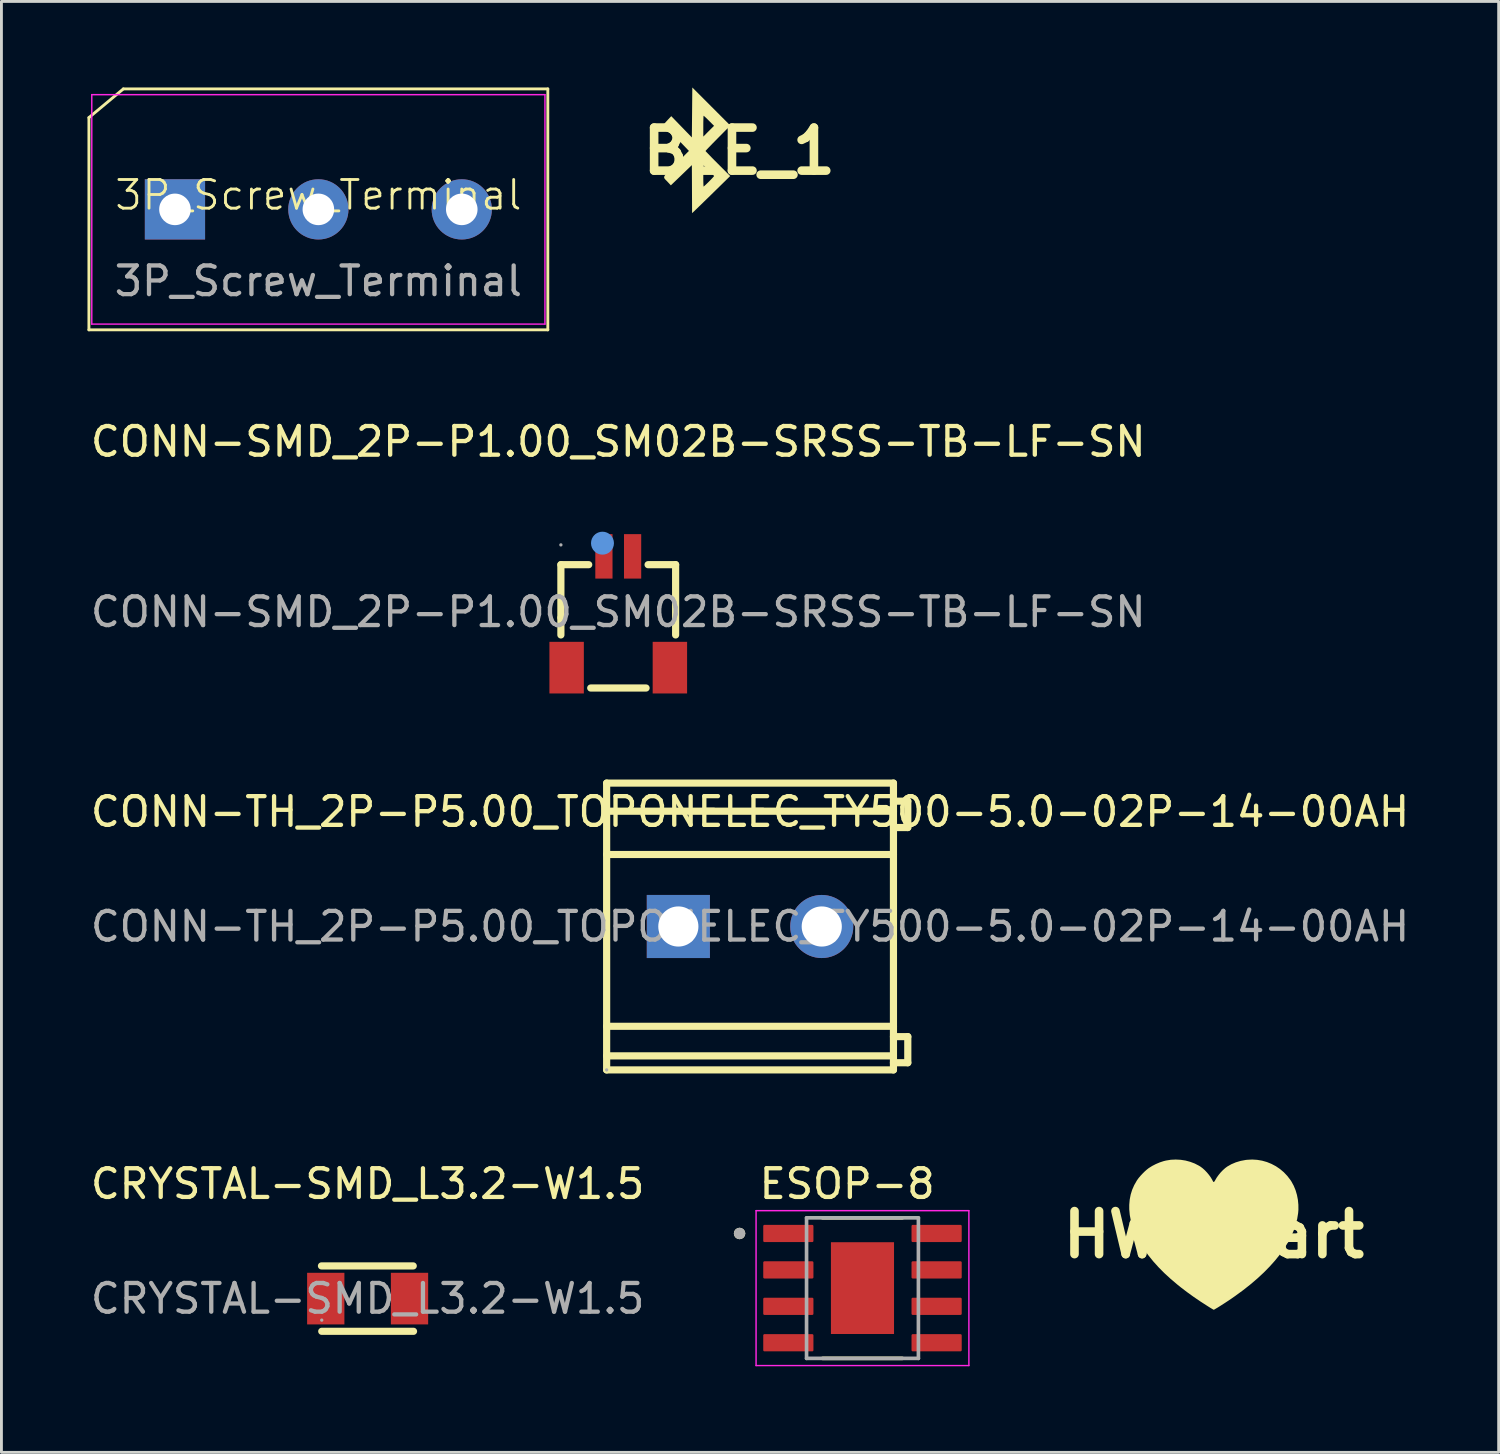
<source format=kicad_pcb>
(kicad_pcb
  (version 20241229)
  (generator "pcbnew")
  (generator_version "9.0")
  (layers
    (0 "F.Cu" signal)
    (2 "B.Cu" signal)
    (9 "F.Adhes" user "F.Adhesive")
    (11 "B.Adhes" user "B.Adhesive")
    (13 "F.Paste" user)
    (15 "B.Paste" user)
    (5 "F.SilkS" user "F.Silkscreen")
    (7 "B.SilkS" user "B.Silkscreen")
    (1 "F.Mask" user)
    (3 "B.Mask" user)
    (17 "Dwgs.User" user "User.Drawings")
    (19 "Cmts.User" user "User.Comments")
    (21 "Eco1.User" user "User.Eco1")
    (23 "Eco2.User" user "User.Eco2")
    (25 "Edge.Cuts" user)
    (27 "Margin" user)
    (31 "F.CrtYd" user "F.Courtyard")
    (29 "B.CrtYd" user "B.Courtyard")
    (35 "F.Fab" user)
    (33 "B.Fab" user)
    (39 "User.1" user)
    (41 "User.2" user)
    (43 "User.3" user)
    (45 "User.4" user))
  (footprint "CONN-SMD_2P-P1.00_SM02B-SRSS-TB-LF-SN"
    (layer "F.Cu")
    (at 18.506 18.288)
    (property "Reference" "CONN-SMD_2P-P1.00_SM02B-SRSS-TB-LF-SN" (at 0 -5.94 0) (layer "F.SilkS") (effects (font (size 1 1) (thickness 0.15))))
    (attr smd)
    (fp_line (start -2 -1.65) (end -1.03 -1.65) (stroke (width 0.25) (type solid)) (layer "F.SilkS"))
    (fp_line (start -2 0.2) (end -2 -1.65) (stroke (width 0.25) (type solid)) (layer "F.SilkS"))
    (fp_line (start -2 0.2) (end -2 0.8) (stroke (width 0.25) (type solid)) (layer "F.SilkS"))
    (fp_line (start -0.96 2.65) (end 0.97 2.65) (stroke (width 0.25) (type solid)) (layer "F.SilkS"))
    (fp_line (start 1.04 -1.65) (end 2 -1.65) (stroke (width 0.25) (type solid)) (layer "F.SilkS"))
    (fp_line (start 2 -1.65) (end 2 0.8) (stroke (width 0.25) (type solid)) (layer "F.SilkS"))
    (fp_circle (center -0.55 -2.4) (end -0.35 -2.4) (stroke (width 0.4) (type solid)) (fill no) (layer "Cmts.User"))
    (fp_circle (center -2 -2.34) (end -1.97 -2.34) (stroke (width 0.06) (type solid)) (fill no) (layer "F.Fab"))
    (fp_text user "${REFERENCE}" (at 0 0 0) (layer "F.Fab") (effects (font (size 1 1) (thickness 0.15))))
    (pad "1" smd rect (at -0.5 -1.94) (size 0.6 1.55) (layers "F.Cu" "F.Mask" "F.Paste"))
    (pad "2" smd rect (at 0.5 -1.94) (size 0.6 1.55) (layers "F.Cu" "F.Mask" "F.Paste"))
    (pad "3" smd rect (at 1.8 1.94) (size 1.2 1.8) (layers "F.Cu" "F.Mask" "F.Paste"))
    (pad "4" smd rect (at -1.8 1.94) (size 1.2 1.8) (layers "F.Cu" "F.Mask" "F.Paste")))
  (footprint "CRYSTAL-SMD_L3.2-W1.5"
    (layer "F.Cu")
    (at 9.768 42.227)
    (property "Reference" "CRYSTAL-SMD_L3.2-W1.5" (at 0 -4 0) (layer "F.SilkS") (effects (font (size 1 1) (thickness 0.15))))
    (attr smd)
    (fp_line (start -1.6 1.14) (end 1.6 1.14) (stroke (width 0.25) (type solid)) (layer "F.SilkS"))
    (fp_line (start 1.59 -1.14) (end -1.61 -1.14) (stroke (width 0.25) (type solid)) (layer "F.SilkS"))
    (fp_circle (center -1.6 0.75) (end -1.57 0.75) (stroke (width 0.06) (type solid)) (fill no) (layer "F.Fab"))
    (fp_text user "${REFERENCE}" (at 0 0 0) (layer "F.Fab") (effects (font (size 1 1) (thickness 0.15))))
    (pad "1" smd rect (at -1.46 0) (size 1.3 1.8) (layers "F.Cu" "F.Mask" "F.Paste"))
    (pad "2" smd rect (at 1.46 0) (size 1.3 1.8) (layers "F.Cu" "F.Mask" "F.Paste")))
  (footprint "BLE_1"
    (layer "F.Cu")
    (at 22.721 2.22)
    (property "Reference" "BLE_1" (at 0 0 0) (layer "F.SilkS") (effects (font (size 1.5 1.5) (thickness 0.3))))
    (attr board_only exclude_from_pos_files exclude_from_bom)
    (fp_poly (pts (xy -0.97 -1.556) (xy -0.307 -0.893) (xy -0.74 -0.456) (xy -0.835 -0.359) (xy -0.923 -0.27) (xy -1.001 -0.189) (xy -1.068 -0.12) (xy -1.12 -0.065) (xy -1.155 -0.027) (xy -1.171 -0.007) (xy -1.172 -0.006) (xy -1.162 0.008) (xy -1.131 0.041) (xy -1.083 0.091) (xy -1.02 0.156) (xy -0.945 0.234) (xy -0.859 0.321) (xy -0.765 0.415) (xy -0.742 0.438) (xy -0.312 0.868) (xy -0.887 1.431) (xy -1.001 1.543) (xy -1.112 1.651) (xy -1.216 1.752) (xy -1.311 1.845) (xy -1.394 1.925) (xy -1.462 1.992) (xy -1.515 2.042) (xy -1.547 2.074) (xy -1.551 2.077) (xy -1.641 2.161) (xy -1.645 1.324) (xy -1.647 0.868) (xy -1.25 0.868) (xy -1.25 0.971) (xy -1.249 1.063) (xy -1.247 1.14) (xy -1.244 1.196) (xy -1.241 1.229) (xy -1.239 1.235) (xy -1.225 1.224) (xy -1.192 1.195) (xy -1.146 1.152) (xy -1.089 1.097) (xy -1.051 1.059) (xy -0.992 0.999) (xy -0.94 0.945) (xy -0.902 0.903) (xy -0.879 0.875) (xy -0.875 0.868) (xy -0.886 0.852) (xy -0.914 0.82) (xy -0.956 0.774) (xy -1.007 0.722) (xy -1.062 0.666) (xy -1.116 0.611) (xy -1.166 0.563) (xy -1.206 0.526) (xy -1.232 0.504) (xy -1.238 0.5) (xy -1.242 0.515) (xy -1.245 0.557) (xy -1.247 0.621) (xy -1.249 0.704) (xy -1.25 0.801) (xy -1.25 0.868) (xy -1.647 0.868) (xy -1.649 0.487) (xy -2.015 0.84) (xy -2.381 1.192) (xy -2.488 1.077) (xy -2.53 1.033) (xy -2.566 0.998) (xy -2.592 0.968) (xy -2.61 0.941) (xy -2.616 0.914) (xy -2.611 0.884) (xy -2.592 0.849) (xy -2.559 0.806) (xy -2.511 0.752) (xy -2.445 0.685) (xy -2.361 0.602) (xy -2.258 0.499) (xy -2.199 0.44) (xy -1.751 -0.008) (xy -2.189 -0.465) (xy -2.284 -0.564) (xy -2.371 -0.657) (xy -2.45 -0.74) (xy -2.517 -0.812) (xy -2.569 -0.869) (xy -2.606 -0.91) (xy -2.624 -0.931) (xy -2.625 -0.934) (xy -2.615 -0.949) (xy -2.587 -0.982) (xy -2.546 -1.028) (xy -2.496 -1.082) (xy -2.496 -1.083) (xy -2.367 -1.22) (xy -2.008 -0.849) (xy -1.649 -0.479) (xy -1.649 -0.508) (xy -1.25 -0.508) (xy -1.063 -0.696) (xy -0.875 -0.883) (xy -1.051 -1.059) (xy -1.111 -1.119) (xy -1.164 -1.17) (xy -1.206 -1.208) (xy -1.232 -1.231) (xy -1.238 -1.235) (xy -1.242 -1.22) (xy -1.245 -1.178) (xy -1.247 -1.114) (xy -1.249 -1.031) (xy -1.25 -0.935) (xy -1.25 -0.872) (xy -1.25 -0.508) (xy -1.649 -0.508) (xy -1.641 -1.349) (xy -1.633 -2.22)) (stroke (width 0) (type solid)) (fill yes) (layer "F.SilkS")))
  (footprint "ESOP-8"
    (layer "F.Cu")
    (at 27.021 41.861)
    (property "Reference" "ESOP-8" (at -0.535 -3.635 0) (layer "F.SilkS") (effects (font (size 1 1) (thickness 0.15))))
    (attr smd)
    (fp_line (start -1.39 -2.45) (end 1.39 -2.45) (stroke (width 0.127) (type solid)) (layer "F.SilkS"))
    (fp_line (start -1.39 2.45) (end 1.39 2.45) (stroke (width 0.127) (type solid)) (layer "F.SilkS"))
    (fp_circle (center -4.285 -1.905) (end -4.185 -1.905) (stroke (width 0.2) (type solid)) (fill no) (layer "F.SilkS"))
    (fp_poly (pts (xy -0.73 -1.15) (xy 0.73 -1.15) (xy 0.73 1.15) (xy -0.73 1.15)) (stroke (width 0.01) (type solid)) (fill yes) (layer "F.Paste"))
    (fp_line (start -3.71 -2.7) (end -3.71 2.7) (stroke (width 0.05) (type solid)) (layer "F.CrtYd"))
    (fp_line (start -3.71 2.7) (end 3.71 2.7) (stroke (width 0.05) (type solid)) (layer "F.CrtYd"))
    (fp_line (start 3.71 -2.7) (end -3.71 -2.7) (stroke (width 0.05) (type solid)) (layer "F.CrtYd"))
    (fp_line (start 3.71 2.7) (end 3.71 -2.7) (stroke (width 0.05) (type solid)) (layer "F.CrtYd"))
    (fp_line (start -1.95 -2.45) (end 1.95 -2.45) (stroke (width 0.127) (type solid)) (layer "F.Fab"))
    (fp_line (start -1.95 2.45) (end -1.95 -2.45) (stroke (width 0.127) (type solid)) (layer "F.Fab"))
    (fp_line (start 1.95 -2.45) (end 1.95 2.45) (stroke (width 0.127) (type solid)) (layer "F.Fab"))
    (fp_line (start 1.95 2.45) (end -1.95 2.45) (stroke (width 0.127) (type solid)) (layer "F.Fab"))
    (fp_circle (center -4.285 -1.905) (end -4.185 -1.905) (stroke (width 0.2) (type solid)) (fill no) (layer "F.Fab"))
    (pad "1" smd roundrect (at -2.585 -1.905) (size 1.75 0.6) (layers "F.Cu" "F.Mask" "F.Paste") (roundrect_rratio 0.07))
    (pad "2" smd roundrect (at -2.585 -0.635) (size 1.75 0.6) (layers "F.Cu" "F.Mask" "F.Paste") (roundrect_rratio 0.07))
    (pad "3" smd roundrect (at -2.585 0.635) (size 1.75 0.6) (layers "F.Cu" "F.Mask" "F.Paste") (roundrect_rratio 0.07))
    (pad "4" smd roundrect (at -2.585 1.905) (size 1.75 0.6) (layers "F.Cu" "F.Mask" "F.Paste") (roundrect_rratio 0.07))
    (pad "5" smd roundrect (at 2.585 1.905) (size 1.75 0.6) (layers "F.Cu" "F.Mask" "F.Paste") (roundrect_rratio 0.07))
    (pad "6" smd roundrect (at 2.585 0.635) (size 1.75 0.6) (layers "F.Cu" "F.Mask" "F.Paste") (roundrect_rratio 0.07))
    (pad "7" smd roundrect (at 2.585 -0.635) (size 1.75 0.6) (layers "F.Cu" "F.Mask" "F.Paste") (roundrect_rratio 0.07))
    (pad "8" smd roundrect (at 2.585 -1.905) (size 1.75 0.6) (layers "F.Cu" "F.Mask" "F.Paste") (roundrect_rratio 0.07))
    (pad "9" smd rect (at 0 0) (size 2.2 3.2) (layers "F.Cu" "F.Mask")))
  (footprint "HW_Heart"
    (layer "F.Cu")
    (at 39.27 39.997)
    (property "Reference" "HW_Heart" (at 0 0 0) (layer "F.SilkS") (effects (font (size 1.5 1.5) (thickness 0.3))))
    (attr board_only exclude_from_pos_files exclude_from_bom)
    (fp_poly (pts (xy -1.156 -2.61) (xy -0.988 -2.584) (xy -0.824 -2.54) (xy -0.667 -2.481) (xy -0.52 -2.405) (xy -0.466 -2.372) (xy -0.391 -2.316) (xy -0.314 -2.247) (xy -0.238 -2.167) (xy -0.168 -2.083) (xy -0.106 -1.997) (xy -0.058 -1.916) (xy -0.055 -1.91) (xy -0.039 -1.879) (xy -0.025 -1.854) (xy -0.018 -1.843) (xy -0.003 -1.835) (xy 0.014 -1.845) (xy 0.035 -1.873) (xy 0.052 -1.904) (xy 0.102 -1.99) (xy 0.165 -2.078) (xy 0.237 -2.166) (xy 0.315 -2.247) (xy 0.394 -2.318) (xy 0.466 -2.372) (xy 0.611 -2.455) (xy 0.767 -2.521) (xy 0.934 -2.571) (xy 1.11 -2.604) (xy 1.162 -2.61) (xy 1.339 -2.619) (xy 1.514 -2.608) (xy 1.685 -2.579) (xy 1.851 -2.532) (xy 2.011 -2.467) (xy 2.164 -2.386) (xy 2.307 -2.289) (xy 2.44 -2.177) (xy 2.561 -2.049) (xy 2.67 -1.908) (xy 2.708 -1.85) (xy 2.786 -1.706) (xy 2.85 -1.551) (xy 2.899 -1.386) (xy 2.932 -1.215) (xy 2.949 -1.041) (xy 2.95 -0.865) (xy 2.941 -0.755) (xy 2.908 -0.55) (xy 2.856 -0.344) (xy 2.784 -0.138) (xy 2.692 0.07) (xy 2.581 0.278) (xy 2.451 0.487) (xy 2.303 0.695) (xy 2.135 0.903) (xy 1.949 1.111) (xy 1.745 1.319) (xy 1.523 1.525) (xy 1.282 1.731) (xy 1.024 1.935) (xy 0.748 2.137) (xy 0.605 2.237) (xy 0.543 2.279) (xy 0.475 2.324) (xy 0.405 2.37) (xy 0.334 2.416) (xy 0.265 2.46) (xy 0.2 2.501) (xy 0.14 2.539) (xy 0.087 2.57) (xy 0.045 2.595) (xy 0.015 2.612) (xy -0.001 2.619) (xy -0.002 2.619) (xy -0.014 2.614) (xy -0.04 2.599) (xy -0.078 2.577) (xy -0.126 2.548) (xy -0.182 2.513) (xy -0.24 2.476) (xy -0.488 2.316) (xy -0.72 2.157) (xy -0.939 1.999) (xy -1.148 1.839) (xy -1.27 1.741) (xy -1.506 1.541) (xy -1.725 1.34) (xy -1.926 1.137) (xy -2.11 0.933) (xy -2.276 0.728) (xy -2.425 0.524) (xy -2.556 0.319) (xy -2.668 0.115) (xy -2.762 -0.088) (xy -2.837 -0.289) (xy -2.893 -0.489) (xy -2.93 -0.687) (xy -2.948 -0.883) (xy -2.948 -1.039) (xy -2.932 -1.223) (xy -2.898 -1.398) (xy -2.846 -1.565) (xy -2.775 -1.726) (xy -2.686 -1.882) (xy -2.671 -1.905) (xy -2.621 -1.974) (xy -2.557 -2.05) (xy -2.486 -2.126) (xy -2.412 -2.2) (xy -2.338 -2.266) (xy -2.269 -2.32) (xy -2.261 -2.325) (xy -2.146 -2.397) (xy -2.019 -2.462) (xy -1.885 -2.519) (xy -1.751 -2.563) (xy -1.666 -2.584) (xy -1.497 -2.611) (xy -1.327 -2.619)) (stroke (width 0) (type solid)) (fill yes) (layer "F.SilkS")))
  (footprint "3P_Screw_Terminal"
    (layer "F.Cu")
    (at 8.05 4.25)
    (property "Reference" "3P_Screw_Terminal" (at 0 -0.5 0) (unlocked yes) (layer "F.SilkS") (effects (font (size 1 1) (thickness 0.1))))
    (attr through_hole)
    (fp_line (start -8 -3.2) (end -8 4.2) (stroke (width 0.1) (type default)) (layer "F.SilkS"))
    (fp_line (start -8 -3.2) (end -6.8 -4.2) (stroke (width 0.1) (type default)) (layer "F.SilkS"))
    (fp_line (start -8 4.2) (end 8 4.2) (stroke (width 0.1) (type default)) (layer "F.SilkS"))
    (fp_line (start 8 -4.2) (end -6.8 -4.2) (stroke (width 0.1) (type default)) (layer "F.SilkS"))
    (fp_line (start 8 4.2) (end 8 -4.2) (stroke (width 0.1) (type default)) (layer "F.SilkS"))
    (fp_line (start -7.9 -4) (end 7.9 -4) (stroke (width 0.05) (type default)) (layer "F.CrtYd"))
    (fp_line (start -7.9 4) (end -7.9 -4) (stroke (width 0.05) (type default)) (layer "F.CrtYd"))
    (fp_line (start 7.9 -4) (end 7.9 4) (stroke (width 0.05) (type default)) (layer "F.CrtYd"))
    (fp_line (start 7.9 4) (end -7.9 4) (stroke (width 0.05) (type default)) (layer "F.CrtYd"))
    (fp_text user "${REFERENCE}" (at 0 2.5 0) (unlocked yes) (layer "F.Fab") (effects (font (size 1 1) (thickness 0.15))))
    (pad "1" thru_hole rect (at -5 0) (size 2.1 2.1) (drill 1.1) (layers "*.Cu" "*.Mask"))
    (pad "2" thru_hole circle (at 0 0) (size 2.1 2.1) (drill 1.1) (layers "*.Cu" "*.Mask"))
    (pad "3" thru_hole circle (at 5 0) (size 2.1 2.1) (drill 1.1) (layers "*.Cu" "*.Mask")))
  (footprint "CONN-TH_2P-P5.00_TOPONELEC_TY500-5.0-02P-14-00AH"
    (layer "F.Cu")
    (at 23.101 29.253)
    (property "Reference" "CONN-TH_2P-P5.00_TOPONELEC_TY500-5.0-02P-14-00AH" (at 0 -4 0) (layer "F.SilkS") (effects (font (size 1 1) (thickness 0.15))))
    (attr through_hole)
    (fp_line (start -5 -5) (end 5 -5) (stroke (width 0.25) (type solid)) (layer "F.SilkS"))
    (fp_line (start -5 -4.02) (end 5 -4.02) (stroke (width 0.25) (type solid)) (layer "F.SilkS"))
    (fp_line (start -5 -2.51) (end 5 -2.51) (stroke (width 0.25) (type solid)) (layer "F.SilkS"))
    (fp_line (start -5 3.48) (end 5 3.48) (stroke (width 0.25) (type solid)) (layer "F.SilkS"))
    (fp_line (start -5 4.51) (end 5 4.51) (stroke (width 0.25) (type solid)) (layer "F.SilkS"))
    (fp_line (start -5 5) (end -5 -5) (stroke (width 0.25) (type solid)) (layer "F.SilkS"))
    (fp_line (start -5 5) (end 5 5) (stroke (width 0.25) (type solid)) (layer "F.SilkS"))
    (fp_line (start 5 -5) (end 5 5) (stroke (width 0.25) (type solid)) (layer "F.SilkS"))
    (fp_line (start 5 -4.37) (end 5.5 -4.37) (stroke (width 0.25) (type solid)) (layer "F.SilkS"))
    (fp_line (start 5 3.84) (end 5.5 3.84) (stroke (width 0.25) (type solid)) (layer "F.SilkS"))
    (fp_line (start 5.5 -4.37) (end 5.5 -3.45) (stroke (width 0.25) (type solid)) (layer "F.SilkS"))
    (fp_line (start 5.5 -3.45) (end 5 -3.45) (stroke (width 0.25) (type solid)) (layer "F.SilkS"))
    (fp_line (start 5.5 3.84) (end 5.5 4.75) (stroke (width 0.25) (type solid)) (layer "F.SilkS"))
    (fp_line (start 5.5 4.75) (end 5 4.75) (stroke (width 0.25) (type solid)) (layer "F.SilkS"))
    (fp_circle (center -5 5) (end -4.97 5) (stroke (width 0.06) (type solid)) (fill no) (layer "F.Fab"))
    (fp_text user "${REFERENCE}" (at 0 0 0) (layer "F.Fab") (effects (font (size 1 1) (thickness 0.15))))
    (pad "1" thru_hole rect (at -2.5 0) (size 2.2 2.2) (drill 1.4) (layers "*.Cu" "*.Mask"))
    (pad "2" thru_hole circle (at 2.5 0) (size 2.2 2.2) (drill 1.4) (layers "*.Cu" "*.Mask")))
  (gr_rect
    (start -3 -3)
    (end 49.202 47.587)
    (stroke (width 0.1) (type default))
    (fill no)
    (layer "Edge.Cuts")))
</source>
